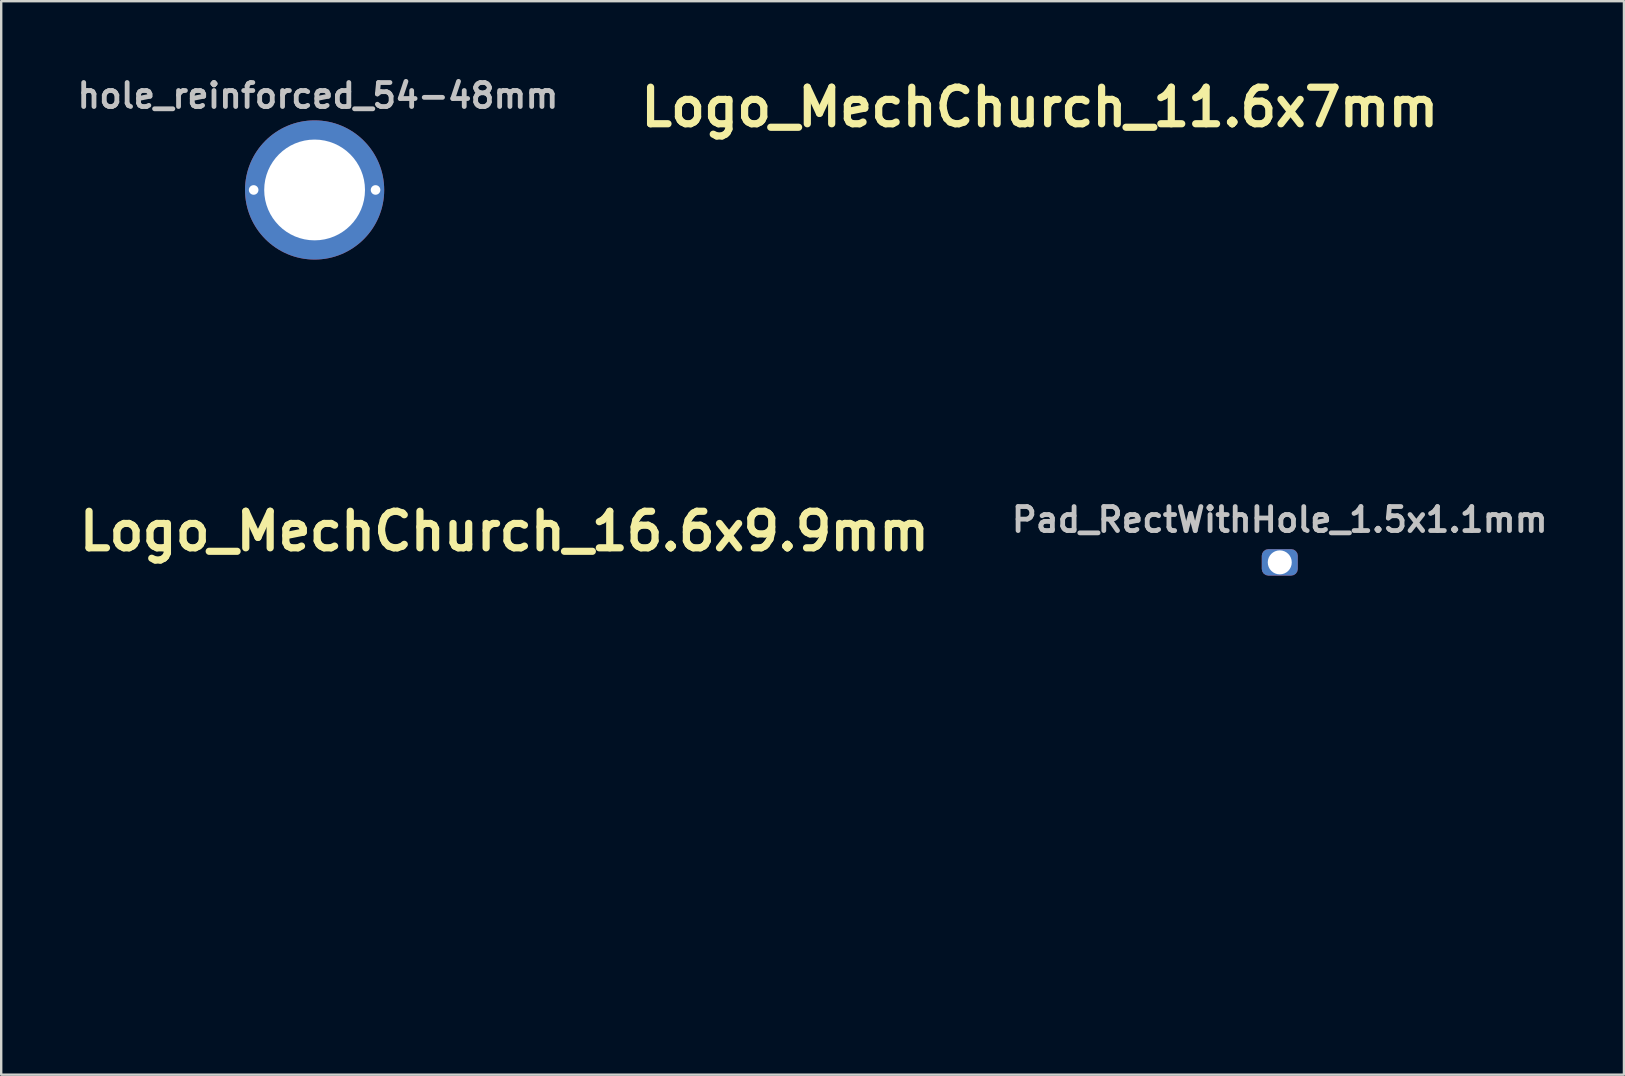
<source format=kicad_pcb>
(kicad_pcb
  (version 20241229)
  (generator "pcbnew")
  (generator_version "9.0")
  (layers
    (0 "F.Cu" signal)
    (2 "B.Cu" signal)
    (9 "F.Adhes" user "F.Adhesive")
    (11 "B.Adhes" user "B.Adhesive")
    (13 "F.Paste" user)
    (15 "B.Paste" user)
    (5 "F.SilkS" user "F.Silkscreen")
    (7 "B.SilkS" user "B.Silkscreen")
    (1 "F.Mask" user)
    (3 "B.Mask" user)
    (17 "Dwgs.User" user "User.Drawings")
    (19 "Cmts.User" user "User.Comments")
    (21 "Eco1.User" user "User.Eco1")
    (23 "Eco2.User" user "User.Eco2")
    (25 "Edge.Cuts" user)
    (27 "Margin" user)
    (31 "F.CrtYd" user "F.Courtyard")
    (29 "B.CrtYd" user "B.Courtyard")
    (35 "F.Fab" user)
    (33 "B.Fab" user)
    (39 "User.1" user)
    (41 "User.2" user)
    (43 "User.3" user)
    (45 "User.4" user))
  (footprint "Pad_RectWithHole_1.5x1.1mm"
    (layer "F.Cu")
    (at 50.28 20.385)
    (property "Reference" "Pad_RectWithHole_1.5x1.1mm" (at 0 -1.778 0) (layer "Dwgs.User") (effects (font (size 1 1) (thickness 0.2))))
    (attr through_hole)
    (pad "1" thru_hole roundrect (at 0 0 270) (size 1.1 1.5) (drill 1) (layers "*.Cu" "*.Mask") (roundrect_rratio 0.25)))
  (footprint "hole_reinforced_54-48mm"
    (layer "F.Cu")
    (at 10.06 4.866)
    (property "Reference" "hole_reinforced_54-48mm" (at 0.14 -3.93 0) (layer "Dwgs.User") (effects (font (size 1 1) (thickness 0.2))))
    (attr through_hole)
    (pad "" thru_hole circle (at -2.54 0) (size 0.6 0.6) (drill 0.4) (layers "*.Cu" "*.Mask"))
    (pad "" thru_hole circle (at 0 0 270) (size 5.8 5.8) (drill 4.2) (layers "*.Cu" "*.Mask"))
    (pad "" thru_hole circle (at 2.54 0) (size 0.6 0.6) (drill 0.4) (layers "*.Cu" "*.Mask")))
  (footprint "Logo_MechChurch_11.6x7mm"
    (layer "F.Cu")
    (at 40.71 8.718)
    (property "Reference" "Logo_MechChurch_11.6x7mm" (at -0.43 -7.3 0) (layer "F.SilkS") (effects (font (size 1.524 1.524) (thickness 0.3))))
    (attr through_hole)
    (fp_poly (pts (xy 0.934 -5.485) (xy 1.164 -5.254) (xy 1.164 -3.387) (xy 3.032 -3.387) (xy 3.268 -3.151) (xy 3.503 -2.916) (xy 3.503 3.149) (xy 3.273 3.379) (xy 3.043 3.609) (xy 2.106 3.612) (xy 1.169 3.614) (xy 1.167 4.551) (xy 1.164 5.487) (xy 0.934 5.718) (xy 0.704 5.948) (xy -0.693 5.948) (xy -0.929 5.712) (xy -1.164 5.477) (xy -1.164 3.609) (xy -3.032 3.609) (xy -3.493 3.148) (xy -3.493 -1.058) (xy -3.027 -1.058) (xy -3.027 2.958) (xy -2.929 3.056) (xy -2.831 3.154) (xy -2.079 3.154) (xy -1.952 3.154) (xy -1.83 3.153) (xy -1.714 3.153) (xy -1.606 3.152) (xy -1.509 3.152) (xy -1.423 3.151) (xy -1.352 3.15) (xy -1.297 3.149) (xy -1.259 3.148) (xy -1.245 3.147) (xy -1.164 3.14) (xy -1.164 1.281) (xy -0.699 1.281) (xy -0.699 5.286) (xy -0.601 5.384) (xy -0.503 5.482) (xy 0.513 5.482) (xy 0.611 5.384) (xy 0.709 5.287) (xy 0.709 2.016) (xy 1.166 2.016) (xy 1.166 2.186) (xy 1.166 2.346) (xy 1.166 2.495) (xy 1.166 2.631) (xy 1.167 2.753) (xy 1.167 2.86) (xy 1.167 2.951) (xy 1.168 3.026) (xy 1.168 3.083) (xy 1.168 3.121) (xy 1.169 3.139) (xy 1.169 3.141) (xy 1.174 3.143) (xy 1.188 3.145) (xy 1.212 3.147) (xy 1.247 3.149) (xy 1.294 3.15) (xy 1.355 3.151) (xy 1.43 3.152) (xy 1.521 3.153) (xy 1.629 3.153) (xy 1.755 3.154) (xy 1.901 3.154) (xy 2.008 3.154) (xy 2.841 3.154) (xy 2.939 3.056) (xy 3.037 2.958) (xy 3.037 -1.058) (xy 2.103 -1.056) (xy 1.169 -1.053) (xy 1.167 1.037) (xy 1.166 1.246) (xy 1.166 1.449) (xy 1.166 1.646) (xy 1.166 1.835) (xy 1.166 2.016) (xy 0.709 2.016) (xy 0.709 1.281) (xy -0.699 1.281) (xy -1.164 1.281) (xy -1.164 -1.058) (xy -3.027 -1.058) (xy -3.493 -1.058) (xy -3.493 -2.739) (xy -3.027 -2.739) (xy -3.027 -2.224) (xy -3.027 -1.71) (xy -2.929 -1.612) (xy -2.831 -1.513) (xy -0.699 -1.513) (xy -0.699 0.619) (xy -0.601 0.717) (xy -0.503 0.815) (xy 0.513 0.815) (xy 0.611 0.717) (xy 0.709 0.62) (xy 0.709 -1.513) (xy 2.841 -1.513) (xy 2.939 -1.611) (xy 3.037 -1.709) (xy 3.037 -2.725) (xy 2.94 -2.823) (xy 2.842 -2.921) (xy 0.709 -2.921) (xy 0.709 -3.993) (xy 0.709 -5.064) (xy 0.499 -5.26) (xy -0.5 -5.26) (xy -0.599 -5.163) (xy -0.699 -5.066) (xy -0.699 -2.921) (xy -2.829 -2.921) (xy -2.928 -2.83) (xy -3.027 -2.739) (xy -3.493 -2.739) (xy -3.493 -2.916) (xy -3.257 -3.151) (xy -3.021 -3.387) (xy -1.164 -3.387) (xy -1.164 -5.244) (xy -0.929 -5.479) (xy -0.693 -5.715) (xy 0.704 -5.715) (xy 0.934 -5.485)) (stroke (width 0.01) (type solid)) (fill yes) (layer "F.Mask")))
  (footprint "Logo_MechChurch_16.6x9.9mm"
    (layer "F.Cu")
    (at 18.589 29.869)
    (property "Reference" "Logo_MechChurch_16.6x9.9mm" (at -0.62 -10.78 0) (layer "F.SilkS") (effects (font (size 1.524 1.524) (thickness 0.3))))
    (attr through_hole)
    (fp_poly (pts (xy 1.341 -7.469) (xy 1.672 -7.139) (xy 1.672 -4.466) (xy 4.345 -4.466) (xy 4.675 -4.135) (xy 5.006 -3.805) (xy 5.006 4.853) (xy 4.334 5.524) (xy 1.672 5.524) (xy 1.672 8.186) (xy 1 8.858) (xy -1 8.858) (xy -1.331 8.527) (xy -1.662 8.197) (xy -1.662 5.524) (xy -4.334 5.524) (xy -4.665 5.194) (xy -4.995 4.863) (xy -4.995 -1.143) (xy -4.329 -1.143) (xy -4.329 4.588) (xy -4.048 4.868) (xy -3.339 4.868) (xy -3.2 4.868) (xy -3.054 4.868) (xy -2.904 4.867) (xy -2.753 4.867) (xy -2.605 4.866) (xy -2.465 4.865) (xy -2.336 4.864) (xy -2.221 4.862) (xy -2.146 4.861) (xy -1.662 4.854) (xy -1.662 2.191) (xy -0.995 2.191) (xy -0.995 7.921) (xy -0.715 8.202) (xy 0.723 8.202) (xy 0.864 8.062) (xy 1.005 7.923) (xy 1.005 2.191) (xy -0.995 2.191) (xy -1.662 2.191) (xy -1.662 -1.143) (xy -4.329 -1.143) (xy -4.995 -1.143) (xy -4.995 -3.53) (xy -4.329 -3.53) (xy -4.329 -2.08) (xy -4.048 -1.799) (xy -0.995 -1.799) (xy -0.995 1.254) (xy -0.715 1.535) (xy 0.725 1.535) (xy 1.005 1.254) (xy 1.005 -1.143) (xy 1.672 -1.143) (xy 1.672 4.868) (xy 4.057 4.868) (xy 4.198 4.729) (xy 4.339 4.589) (xy 4.339 -1.143) (xy 1.672 -1.143) (xy 1.005 -1.143) (xy 1.005 -1.799) (xy 4.057 -1.799) (xy 4.198 -1.939) (xy 4.339 -2.079) (xy 4.339 -3.529) (xy 4.199 -3.67) (xy 4.059 -3.81) (xy 2.532 -3.81) (xy 1.005 -3.81) (xy 1.005 -6.864) (xy 0.725 -7.144) (xy -0.714 -7.144) (xy -0.995 -6.864) (xy -0.995 -3.81) (xy -4.048 -3.81) (xy -4.329 -3.53) (xy -4.995 -3.53) (xy -4.995 -3.805) (xy -4.334 -4.466) (xy -1.662 -4.466) (xy -1.662 -7.139) (xy -1 -7.8) (xy 1.011 -7.8) (xy 1.341 -7.469)) (stroke (width 0.01) (type solid)) (fill yes) (layer "F.Mask")))
  (gr_rect
    (start -3 -3)
    (end 64.623 41.732)
    (stroke (width 0.1) (type default))
    (fill no)
    (layer "Edge.Cuts")))
</source>
